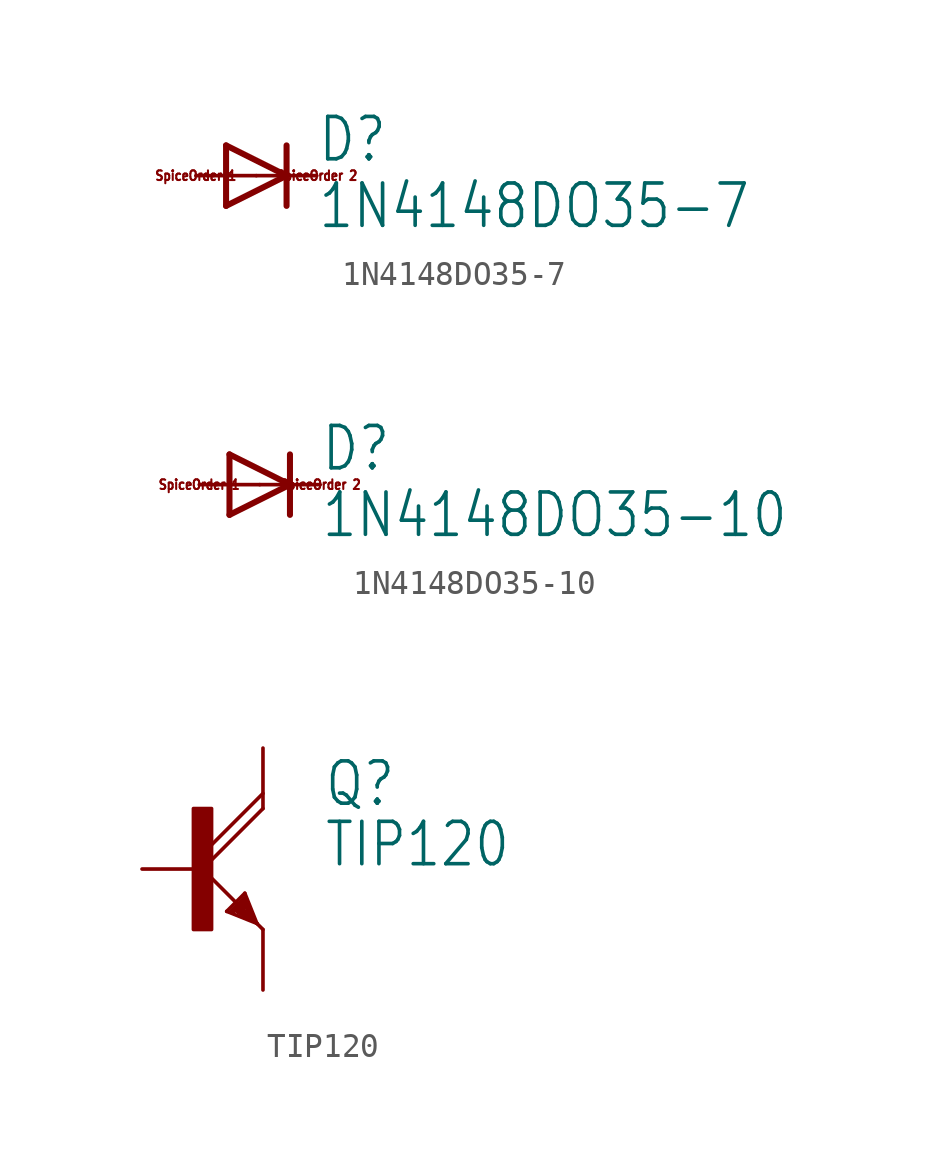
<source format=kicad_sym>
(kicad_symbol_lib
  (version 20220331)
  (generator kicad_symbol_editor)
  (symbol "1N4148DO35-7"
    (property "Reference" "D"
      (at 2.54 0.483 0)
      (effects (font (size 1.778 1.511)) (justify left bottom)))
    (property "Value" "1N4148DO35-7"
      (at 2.54 -2.311 0)
      (effects (font (size 1.778 1.511)) (justify left bottom)))
    (property "ki_locked" ""
      (at 0 0 0)
      (effects (font (size 1.27 1.27))))
    (symbol "1N4148DO35-7_1_0"
      (polyline (pts (xy -1.27 -1.27) (xy 1.27 0)) (stroke (width 0.254) (type solid)) (fill (type none)))
      (polyline (pts (xy -1.27 1.27) (xy -1.27 -1.27)) (stroke (width 0.254) (type solid)) (fill (type none)))
      (polyline (pts (xy 1.27 0) (xy -1.27 1.27)) (stroke (width 0.254) (type solid)) (fill (type none)))
      (polyline (pts (xy 1.27 0) (xy 1.27 -1.27)) (stroke (width 0.254) (type solid)) (fill (type none)))
      (polyline (pts (xy 1.27 1.27) (xy 1.27 0)) (stroke (width 0.254) (type solid)) (fill (type none)))
      (text "SpiceOrder 1" (at -2.54 0 0) (effects (font (size 0.406 0.345))))
      (text "SpiceOrder 2" (at 2.54 0 0) (effects (font (size 0.406 0.345))))
      (pin passive line (at -2.54 0 0) (length 2.54) (name "A" (effects (font (size 0 0)))) (number "A" (effects (font (size 0 0)))))
      (pin passive line (at 2.54 0 180) (length 2.54) (name "C" (effects (font (size 0 0)))) (number "C" (effects (font (size 0 0)))))))
  (symbol "1N4148DO35-10"
    (property "Reference" "D"
      (at 2.54 0.483 0)
      (effects (font (size 1.778 1.511)) (justify left bottom)))
    (property "Value" "1N4148DO35-10"
      (at 2.54 -2.311 0)
      (effects (font (size 1.778 1.511)) (justify left bottom)))
    (property "ki_locked" ""
      (at 0 0 0)
      (effects (font (size 1.27 1.27))))
    (symbol "1N4148DO35-10_1_0"
      (polyline (pts (xy -1.27 -1.27) (xy 1.27 0)) (stroke (width 0.254) (type solid)) (fill (type none)))
      (polyline (pts (xy -1.27 1.27) (xy -1.27 -1.27)) (stroke (width 0.254) (type solid)) (fill (type none)))
      (polyline (pts (xy 1.27 0) (xy -1.27 1.27)) (stroke (width 0.254) (type solid)) (fill (type none)))
      (polyline (pts (xy 1.27 0) (xy 1.27 -1.27)) (stroke (width 0.254) (type solid)) (fill (type none)))
      (polyline (pts (xy 1.27 1.27) (xy 1.27 0)) (stroke (width 0.254) (type solid)) (fill (type none)))
      (text "SpiceOrder 1" (at -2.54 0 0) (effects (font (size 0.406 0.345))))
      (text "SpiceOrder 2" (at 2.54 0 0) (effects (font (size 0.406 0.345))))
      (pin passive line (at -2.54 0 0) (length 2.54) (name "A" (effects (font (size 0 0)))) (number "A" (effects (font (size 0 0)))))
      (pin passive line (at 2.54 0 180) (length 2.54) (name "C" (effects (font (size 0 0)))) (number "C" (effects (font (size 0 0)))))))
  (symbol "TIP120"
    (property "Reference" "Q"
      (at 5.08 2.54 0)
      (effects (font (size 1.778 1.511)) (justify left bottom)))
    (property "Value" "TIP120"
      (at 5.08 0 0)
      (effects (font (size 1.778 1.511)) (justify left bottom)))
    (property "ki_locked" ""
      (at 0 0 0)
      (effects (font (size 1.27 1.27))))
    (symbol "TIP120_1_0"
      (rectangle (start -0.381 -2.54) (end 0.381 2.54) (stroke (width 0) (type default)) (fill (type outline)))
      (polyline (pts (xy 0 0) (xy 2.032 -2.032)) (stroke (width 0.152) (type solid)) (fill (type none)))
      (polyline (pts (xy 1.016 -1.778) (xy 1.778 -1.016)) (stroke (width 0.152) (type solid)) (fill (type none)))
      (polyline (pts (xy 1.27 -1.778) (xy 1.778 -1.27)) (stroke (width 0.254) (type solid)) (fill (type none)))
      (polyline (pts (xy 1.524 -1.778) (xy 1.778 -1.524)) (stroke (width 0.254) (type solid)) (fill (type none)))
      (polyline (pts (xy 1.778 -1.27) (xy 2.032 -2.032)) (stroke (width 0.254) (type solid)) (fill (type none)))
      (polyline (pts (xy 1.778 -1.016) (xy 2.286 -2.286)) (stroke (width 0.152) (type solid)) (fill (type none)))
      (polyline (pts (xy 2.032 -2.032) (xy 1.524 -1.778)) (stroke (width 0.254) (type solid)) (fill (type none)))
      (polyline (pts (xy 2.032 -2.032) (xy 2.286 -2.286)) (stroke (width 0.152) (type solid)) (fill (type none)))
      (polyline (pts (xy 2.286 -2.286) (xy 1.016 -1.778)) (stroke (width 0.152) (type solid)) (fill (type none)))
      (polyline (pts (xy 2.286 -2.286) (xy 2.54 -2.54)) (stroke (width 0.152) (type solid)) (fill (type none)))
      (polyline (pts (xy 2.54 2.54) (xy 0 0)) (stroke (width 0.152) (type solid)) (fill (type none)))
      (polyline (pts (xy 2.54 3.175) (xy 0 0.635)) (stroke (width 0.152) (type solid)) (fill (type none)))
      (pin passive line (at -2.54 0 0) (length 2.54) (name "B" (effects (font (size 0 0)))) (number "B" (effects (font (size 0 0)))))
      (pin passive line (at 2.54 5.08 270) (length 2.54) (name "C" (effects (font (size 0 0)))) (number "C" (effects (font (size 0 0)))))
      (pin passive line (at 2.54 -5.08 90) (length 2.54) (name "E" (effects (font (size 0 0)))) (number "E" (effects (font (size 0 0))))))))
</source>
